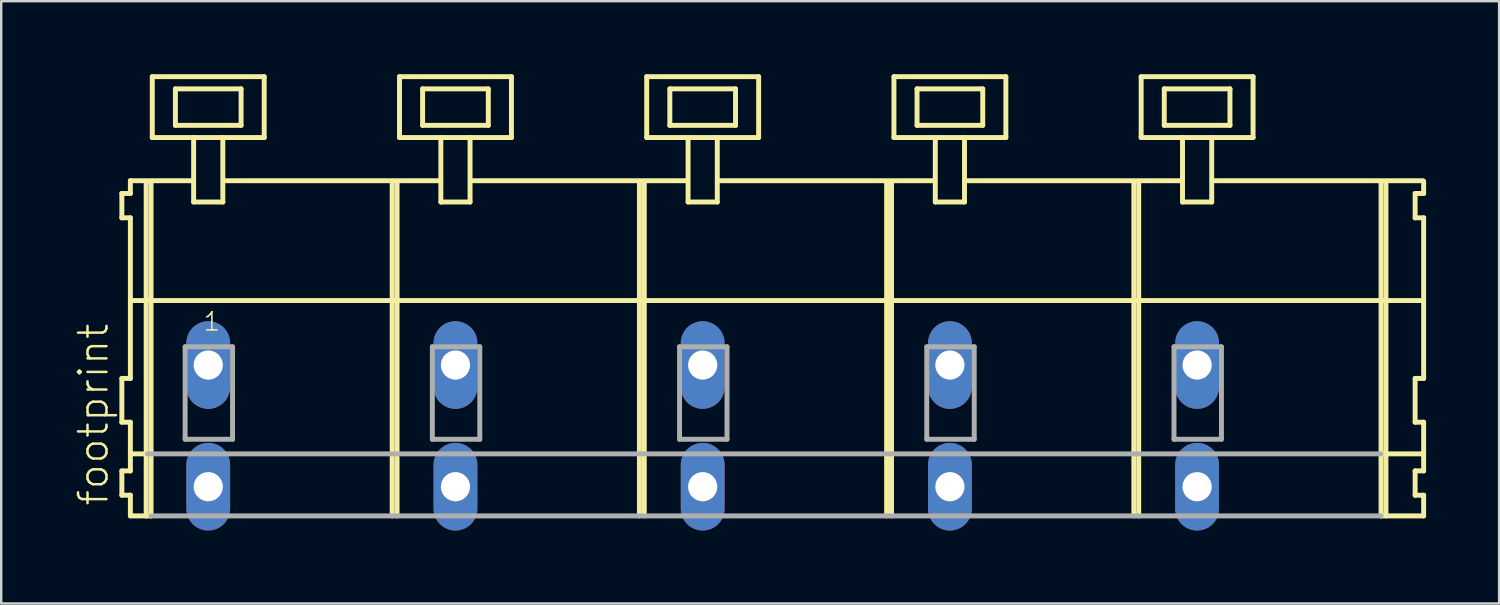
<source format=kicad_pcb>
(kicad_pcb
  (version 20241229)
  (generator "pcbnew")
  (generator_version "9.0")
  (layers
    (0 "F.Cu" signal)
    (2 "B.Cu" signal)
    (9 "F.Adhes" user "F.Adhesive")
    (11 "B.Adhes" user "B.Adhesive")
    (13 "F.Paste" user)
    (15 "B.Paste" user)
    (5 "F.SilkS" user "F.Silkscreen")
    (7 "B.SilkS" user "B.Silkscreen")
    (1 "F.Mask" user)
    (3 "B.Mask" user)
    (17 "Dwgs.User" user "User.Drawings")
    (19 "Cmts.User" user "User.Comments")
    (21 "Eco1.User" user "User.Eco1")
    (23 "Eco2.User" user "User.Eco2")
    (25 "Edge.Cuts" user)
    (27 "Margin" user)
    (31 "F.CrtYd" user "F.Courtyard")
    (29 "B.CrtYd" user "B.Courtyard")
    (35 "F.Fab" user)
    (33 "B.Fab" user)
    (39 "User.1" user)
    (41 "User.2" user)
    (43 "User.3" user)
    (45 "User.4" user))
  (footprint "footprint"
    (layer "F.Cu")
    (at 23.288 11.952)
    (property "Reference" "footprint" (at -21.815 5.855 90) (layer "F.SilkS") (effects (font (size 1.168 1.168) (thickness 0.102)) (justify left bottom)))
    (fp_line (start -21.33 -7.05) (end -21.33 -6.05) (stroke (width 0.203) (type solid)) (layer "F.SilkS"))
    (fp_line (start -21.33 -6.05) (end -20.98 -6.05) (stroke (width 0.203) (type solid)) (layer "F.SilkS"))
    (fp_line (start -21.33 0.55) (end -21.33 2.35) (stroke (width 0.203) (type solid)) (layer "F.SilkS"))
    (fp_line (start -21.33 2.35) (end -20.98 2.35) (stroke (width 0.203) (type solid)) (layer "F.SilkS"))
    (fp_line (start -21.33 4.35) (end -21.33 5.35) (stroke (width 0.203) (type solid)) (layer "F.SilkS"))
    (fp_line (start -21.33 5.35) (end -20.98 5.35) (stroke (width 0.203) (type solid)) (layer "F.SilkS"))
    (fp_line (start -20.98 -7.575) (end -20.98 -7.05) (stroke (width 0.203) (type solid)) (layer "F.SilkS"))
    (fp_line (start -20.98 -7.575) (end -18.405 -7.575) (stroke (width 0.203) (type solid)) (layer "F.SilkS"))
    (fp_line (start -20.98 -7.05) (end -21.33 -7.05) (stroke (width 0.203) (type solid)) (layer "F.SilkS"))
    (fp_line (start -20.98 -6.05) (end -20.98 0.55) (stroke (width 0.203) (type solid)) (layer "F.SilkS"))
    (fp_line (start -20.98 0.55) (end -21.33 0.55) (stroke (width 0.203) (type solid)) (layer "F.SilkS"))
    (fp_line (start -20.98 2.35) (end -20.98 4.35) (stroke (width 0.203) (type solid)) (layer "F.SilkS"))
    (fp_line (start -20.98 3.65) (end -20.28 3.65) (stroke (width 0.203) (type solid)) (layer "F.SilkS"))
    (fp_line (start -20.98 4.35) (end -21.33 4.35) (stroke (width 0.203) (type solid)) (layer "F.SilkS"))
    (fp_line (start -20.98 5.35) (end -20.98 6.2) (stroke (width 0.203) (type solid)) (layer "F.SilkS"))
    (fp_line (start -20.98 6.2) (end -20.33 6.2) (stroke (width 0.203) (type solid)) (layer "F.SilkS"))
    (fp_line (start -20.93 -2.65) (end 32.12 -2.65) (stroke (width 0.203) (type solid)) (layer "F.SilkS"))
    (fp_line (start -20.33 -7.55) (end -20.33 6.2) (stroke (width 0.203) (type solid)) (layer "F.SilkS"))
    (fp_line (start -20.33 6.2) (end -20.13 6.2) (stroke (width 0.203) (type solid)) (layer "F.SilkS"))
    (fp_line (start -20.13 -7.55) (end -20.13 6.2) (stroke (width 0.203) (type solid)) (layer "F.SilkS"))
    (fp_line (start -20.08 -11.85) (end -20.08 -9.35) (stroke (width 0.203) (type solid)) (layer "F.SilkS"))
    (fp_line (start -20.08 -9.35) (end -18.38 -9.35) (stroke (width 0.203) (type solid)) (layer "F.SilkS"))
    (fp_line (start -19.13 -11.35) (end -19.13 -9.85) (stroke (width 0.203) (type solid)) (layer "F.SilkS"))
    (fp_line (start -19.13 -9.85) (end -16.43 -9.85) (stroke (width 0.203) (type solid)) (layer "F.SilkS"))
    (fp_line (start -18.38 -9.35) (end -18.38 -6.7) (stroke (width 0.203) (type solid)) (layer "F.SilkS"))
    (fp_line (start -18.38 -9.35) (end -17.18 -9.35) (stroke (width 0.203) (type solid)) (layer "F.SilkS"))
    (fp_line (start -18.38 -6.7) (end -17.18 -6.7) (stroke (width 0.203) (type solid)) (layer "F.SilkS"))
    (fp_line (start -17.18 -9.35) (end -15.48 -9.35) (stroke (width 0.203) (type solid)) (layer "F.SilkS"))
    (fp_line (start -17.18 -6.7) (end -17.18 -9.35) (stroke (width 0.203) (type solid)) (layer "F.SilkS"))
    (fp_line (start -17.155 -7.575) (end -8.241 -7.575) (stroke (width 0.203) (type solid)) (layer "F.SilkS"))
    (fp_line (start -16.43 -11.35) (end -19.13 -11.35) (stroke (width 0.203) (type solid)) (layer "F.SilkS"))
    (fp_line (start -16.43 -9.85) (end -16.43 -11.35) (stroke (width 0.203) (type solid)) (layer "F.SilkS"))
    (fp_line (start -15.48 -11.85) (end -20.08 -11.85) (stroke (width 0.203) (type solid)) (layer "F.SilkS"))
    (fp_line (start -15.48 -9.35) (end -15.48 -11.85) (stroke (width 0.203) (type solid)) (layer "F.SilkS"))
    (fp_line (start -10.22 -7.55) (end -10.22 6.2) (stroke (width 0.203) (type solid)) (layer "F.SilkS"))
    (fp_line (start -10.02 -7.55) (end -10.02 6.2) (stroke (width 0.203) (type solid)) (layer "F.SilkS"))
    (fp_line (start -9.92 -11.85) (end -9.92 -9.35) (stroke (width 0.203) (type solid)) (layer "F.SilkS"))
    (fp_line (start -9.92 -9.35) (end -8.22 -9.35) (stroke (width 0.203) (type solid)) (layer "F.SilkS"))
    (fp_line (start -8.97 -11.35) (end -8.97 -9.85) (stroke (width 0.203) (type solid)) (layer "F.SilkS"))
    (fp_line (start -8.97 -9.85) (end -6.27 -9.85) (stroke (width 0.203) (type solid)) (layer "F.SilkS"))
    (fp_line (start -8.22 -9.35) (end -8.22 -6.7) (stroke (width 0.203) (type solid)) (layer "F.SilkS"))
    (fp_line (start -8.22 -9.35) (end -7.02 -9.35) (stroke (width 0.203) (type solid)) (layer "F.SilkS"))
    (fp_line (start -8.22 -6.7) (end -7.02 -6.7) (stroke (width 0.203) (type solid)) (layer "F.SilkS"))
    (fp_line (start -7.02 -9.35) (end -5.32 -9.35) (stroke (width 0.203) (type solid)) (layer "F.SilkS"))
    (fp_line (start -7.02 -6.7) (end -7.02 -9.35) (stroke (width 0.203) (type solid)) (layer "F.SilkS"))
    (fp_line (start -6.995 -7.575) (end 1.919 -7.575) (stroke (width 0.203) (type solid)) (layer "F.SilkS"))
    (fp_line (start -6.27 -11.35) (end -8.97 -11.35) (stroke (width 0.203) (type solid)) (layer "F.SilkS"))
    (fp_line (start -6.27 -9.85) (end -6.27 -11.35) (stroke (width 0.203) (type solid)) (layer "F.SilkS"))
    (fp_line (start -5.32 -11.85) (end -9.92 -11.85) (stroke (width 0.203) (type solid)) (layer "F.SilkS"))
    (fp_line (start -5.32 -9.35) (end -5.32 -11.85) (stroke (width 0.203) (type solid)) (layer "F.SilkS"))
    (fp_line (start -0.06 -7.55) (end -0.06 6.2) (stroke (width 0.203) (type solid)) (layer "F.SilkS"))
    (fp_line (start 0.14 -7.55) (end 0.14 6.2) (stroke (width 0.203) (type solid)) (layer "F.SilkS"))
    (fp_line (start 0.24 -11.85) (end 0.24 -9.35) (stroke (width 0.203) (type solid)) (layer "F.SilkS"))
    (fp_line (start 0.24 -9.35) (end 1.94 -9.35) (stroke (width 0.203) (type solid)) (layer "F.SilkS"))
    (fp_line (start 1.19 -11.35) (end 1.19 -9.85) (stroke (width 0.203) (type solid)) (layer "F.SilkS"))
    (fp_line (start 1.19 -9.85) (end 3.89 -9.85) (stroke (width 0.203) (type solid)) (layer "F.SilkS"))
    (fp_line (start 1.94 -9.35) (end 1.94 -6.7) (stroke (width 0.203) (type solid)) (layer "F.SilkS"))
    (fp_line (start 1.94 -9.35) (end 3.14 -9.35) (stroke (width 0.203) (type solid)) (layer "F.SilkS"))
    (fp_line (start 1.94 -6.7) (end 3.14 -6.7) (stroke (width 0.203) (type solid)) (layer "F.SilkS"))
    (fp_line (start 3.14 -9.35) (end 4.84 -9.35) (stroke (width 0.203) (type solid)) (layer "F.SilkS"))
    (fp_line (start 3.14 -6.7) (end 3.14 -9.35) (stroke (width 0.203) (type solid)) (layer "F.SilkS"))
    (fp_line (start 3.165 -7.575) (end 12.079 -7.575) (stroke (width 0.203) (type solid)) (layer "F.SilkS"))
    (fp_line (start 3.89 -11.35) (end 1.19 -11.35) (stroke (width 0.203) (type solid)) (layer "F.SilkS"))
    (fp_line (start 3.89 -9.85) (end 3.89 -11.35) (stroke (width 0.203) (type solid)) (layer "F.SilkS"))
    (fp_line (start 4.84 -11.85) (end 0.24 -11.85) (stroke (width 0.203) (type solid)) (layer "F.SilkS"))
    (fp_line (start 4.84 -9.35) (end 4.84 -11.85) (stroke (width 0.203) (type solid)) (layer "F.SilkS"))
    (fp_line (start 10.1 -7.55) (end 10.1 6.2) (stroke (width 0.203) (type solid)) (layer "F.SilkS"))
    (fp_line (start 10.3 -7.55) (end 10.3 6.2) (stroke (width 0.203) (type solid)) (layer "F.SilkS"))
    (fp_line (start 10.4 -11.85) (end 10.4 -9.35) (stroke (width 0.203) (type solid)) (layer "F.SilkS"))
    (fp_line (start 10.4 -9.35) (end 12.1 -9.35) (stroke (width 0.203) (type solid)) (layer "F.SilkS"))
    (fp_line (start 11.35 -11.35) (end 11.35 -9.85) (stroke (width 0.203) (type solid)) (layer "F.SilkS"))
    (fp_line (start 11.35 -9.85) (end 14.05 -9.85) (stroke (width 0.203) (type solid)) (layer "F.SilkS"))
    (fp_line (start 12.1 -9.35) (end 12.1 -6.7) (stroke (width 0.203) (type solid)) (layer "F.SilkS"))
    (fp_line (start 12.1 -9.35) (end 13.3 -9.35) (stroke (width 0.203) (type solid)) (layer "F.SilkS"))
    (fp_line (start 12.1 -6.7) (end 13.3 -6.7) (stroke (width 0.203) (type solid)) (layer "F.SilkS"))
    (fp_line (start 13.3 -9.35) (end 15 -9.35) (stroke (width 0.203) (type solid)) (layer "F.SilkS"))
    (fp_line (start 13.3 -6.7) (end 13.3 -9.35) (stroke (width 0.203) (type solid)) (layer "F.SilkS"))
    (fp_line (start 13.325 -7.575) (end 22.239 -7.575) (stroke (width 0.203) (type solid)) (layer "F.SilkS"))
    (fp_line (start 14.05 -11.35) (end 11.35 -11.35) (stroke (width 0.203) (type solid)) (layer "F.SilkS"))
    (fp_line (start 14.05 -9.85) (end 14.05 -11.35) (stroke (width 0.203) (type solid)) (layer "F.SilkS"))
    (fp_line (start 15 -11.85) (end 10.4 -11.85) (stroke (width 0.203) (type solid)) (layer "F.SilkS"))
    (fp_line (start 15 -9.35) (end 15 -11.85) (stroke (width 0.203) (type solid)) (layer "F.SilkS"))
    (fp_line (start 20.26 -7.55) (end 20.26 6.2) (stroke (width 0.203) (type solid)) (layer "F.SilkS"))
    (fp_line (start 20.46 -7.55) (end 20.46 6.2) (stroke (width 0.203) (type solid)) (layer "F.SilkS"))
    (fp_line (start 20.56 -11.85) (end 20.56 -9.35) (stroke (width 0.203) (type solid)) (layer "F.SilkS"))
    (fp_line (start 20.56 -9.35) (end 22.26 -9.35) (stroke (width 0.203) (type solid)) (layer "F.SilkS"))
    (fp_line (start 21.51 -11.35) (end 21.51 -9.85) (stroke (width 0.203) (type solid)) (layer "F.SilkS"))
    (fp_line (start 21.51 -9.85) (end 24.21 -9.85) (stroke (width 0.203) (type solid)) (layer "F.SilkS"))
    (fp_line (start 22.26 -9.35) (end 22.26 -6.7) (stroke (width 0.203) (type solid)) (layer "F.SilkS"))
    (fp_line (start 22.26 -9.35) (end 23.46 -9.35) (stroke (width 0.203) (type solid)) (layer "F.SilkS"))
    (fp_line (start 22.26 -6.7) (end 23.46 -6.7) (stroke (width 0.203) (type solid)) (layer "F.SilkS"))
    (fp_line (start 23.46 -9.35) (end 25.16 -9.35) (stroke (width 0.203) (type solid)) (layer "F.SilkS"))
    (fp_line (start 23.46 -6.7) (end 23.46 -9.35) (stroke (width 0.203) (type solid)) (layer "F.SilkS"))
    (fp_line (start 23.485 -7.575) (end 32.145 -7.575) (stroke (width 0.203) (type solid)) (layer "F.SilkS"))
    (fp_line (start 24.21 -11.35) (end 21.51 -11.35) (stroke (width 0.203) (type solid)) (layer "F.SilkS"))
    (fp_line (start 24.21 -9.85) (end 24.21 -11.35) (stroke (width 0.203) (type solid)) (layer "F.SilkS"))
    (fp_line (start 25.16 -11.85) (end 20.56 -11.85) (stroke (width 0.203) (type solid)) (layer "F.SilkS"))
    (fp_line (start 25.16 -9.35) (end 25.16 -11.85) (stroke (width 0.203) (type solid)) (layer "F.SilkS"))
    (fp_line (start 30.42 -7.55) (end 30.42 6.2) (stroke (width 0.203) (type solid)) (layer "F.SilkS"))
    (fp_line (start 30.42 6.2) (end 32.17 6.2) (stroke (width 0.203) (type solid)) (layer "F.SilkS"))
    (fp_line (start 30.47 3.65) (end 32.17 3.65) (stroke (width 0.203) (type solid)) (layer "F.SilkS"))
    (fp_line (start 30.62 -7.55) (end 30.62 6.2) (stroke (width 0.203) (type solid)) (layer "F.SilkS"))
    (fp_line (start 31.82 -7.05) (end 31.82 -6.05) (stroke (width 0.203) (type solid)) (layer "F.SilkS"))
    (fp_line (start 31.82 -6.05) (end 32.17 -6.05) (stroke (width 0.203) (type solid)) (layer "F.SilkS"))
    (fp_line (start 31.82 0.55) (end 31.82 2.35) (stroke (width 0.203) (type solid)) (layer "F.SilkS"))
    (fp_line (start 31.82 2.35) (end 32.17 2.35) (stroke (width 0.203) (type solid)) (layer "F.SilkS"))
    (fp_line (start 31.82 4.35) (end 31.82 5.35) (stroke (width 0.203) (type solid)) (layer "F.SilkS"))
    (fp_line (start 31.82 5.35) (end 32.17 5.35) (stroke (width 0.203) (type solid)) (layer "F.SilkS"))
    (fp_line (start 32.17 -7.05) (end 31.82 -7.05) (stroke (width 0.203) (type solid)) (layer "F.SilkS"))
    (fp_line (start 32.17 -7.05) (end 32.17 -7.55) (stroke (width 0.203) (type solid)) (layer "F.SilkS"))
    (fp_line (start 32.17 0.55) (end 31.82 0.55) (stroke (width 0.203) (type solid)) (layer "F.SilkS"))
    (fp_line (start 32.17 0.55) (end 32.17 -6.05) (stroke (width 0.203) (type solid)) (layer "F.SilkS"))
    (fp_line (start 32.17 3.65) (end 32.17 2.35) (stroke (width 0.203) (type solid)) (layer "F.SilkS"))
    (fp_line (start 32.17 4.35) (end 31.82 4.35) (stroke (width 0.203) (type solid)) (layer "F.SilkS"))
    (fp_line (start 32.17 4.35) (end 32.17 3.65) (stroke (width 0.203) (type solid)) (layer "F.SilkS"))
    (fp_line (start 32.17 6.2) (end 32.17 5.35) (stroke (width 0.203) (type solid)) (layer "F.SilkS"))
    (fp_line (start -20.28 3.65) (end 30.42 3.65) (stroke (width 0.203) (type solid)) (layer "F.Fab"))
    (fp_line (start -20.13 6.2) (end 30.42 6.2) (stroke (width 0.203) (type solid)) (layer "F.Fab"))
    (fp_line (start -18.73 -0.75) (end -18.73 3.05) (stroke (width 0.203) (type solid)) (layer "F.Fab"))
    (fp_line (start -18.73 3.05) (end -16.78 3.05) (stroke (width 0.203) (type solid)) (layer "F.Fab"))
    (fp_line (start -16.78 -0.75) (end -18.73 -0.75) (stroke (width 0.203) (type solid)) (layer "F.Fab"))
    (fp_line (start -16.78 3.05) (end -16.78 -0.75) (stroke (width 0.203) (type solid)) (layer "F.Fab"))
    (fp_line (start -8.57 -0.75) (end -8.57 3.05) (stroke (width 0.203) (type solid)) (layer "F.Fab"))
    (fp_line (start -8.57 3.05) (end -6.62 3.05) (stroke (width 0.203) (type solid)) (layer "F.Fab"))
    (fp_line (start -6.62 -0.75) (end -8.57 -0.75) (stroke (width 0.203) (type solid)) (layer "F.Fab"))
    (fp_line (start -6.62 3.05) (end -6.62 -0.75) (stroke (width 0.203) (type solid)) (layer "F.Fab"))
    (fp_line (start 1.59 -0.75) (end 1.59 3.05) (stroke (width 0.203) (type solid)) (layer "F.Fab"))
    (fp_line (start 1.59 3.05) (end 3.54 3.05) (stroke (width 0.203) (type solid)) (layer "F.Fab"))
    (fp_line (start 3.54 -0.75) (end 1.59 -0.75) (stroke (width 0.203) (type solid)) (layer "F.Fab"))
    (fp_line (start 3.54 3.05) (end 3.54 -0.75) (stroke (width 0.203) (type solid)) (layer "F.Fab"))
    (fp_line (start 11.75 -0.75) (end 11.75 3.05) (stroke (width 0.203) (type solid)) (layer "F.Fab"))
    (fp_line (start 11.75 3.05) (end 13.7 3.05) (stroke (width 0.203) (type solid)) (layer "F.Fab"))
    (fp_line (start 13.7 -0.75) (end 11.75 -0.75) (stroke (width 0.203) (type solid)) (layer "F.Fab"))
    (fp_line (start 13.7 3.05) (end 13.7 -0.75) (stroke (width 0.203) (type solid)) (layer "F.Fab"))
    (fp_line (start 21.91 -0.75) (end 21.91 3.05) (stroke (width 0.203) (type solid)) (layer "F.Fab"))
    (fp_line (start 21.91 3.05) (end 23.86 3.05) (stroke (width 0.203) (type solid)) (layer "F.Fab"))
    (fp_line (start 23.86 -0.75) (end 21.91 -0.75) (stroke (width 0.203) (type solid)) (layer "F.Fab"))
    (fp_line (start 23.86 3.05) (end 23.86 -0.75) (stroke (width 0.203) (type solid)) (layer "F.Fab"))
    (fp_text user "1" (at -18.03 -1.35 0) (layer "F.SilkS") (effects (font (size 0.748 0.748) (thickness 0.065)) (justify left bottom)))
    (pad "A1" thru_hole oval (at -17.78 0 90) (size 3.6 1.8) (drill 1.2) (layers "*.Cu" "*.Mask"))
    (pad "A2" thru_hole oval (at -7.62 0 90) (size 3.6 1.8) (drill 1.2) (layers "*.Cu" "*.Mask"))
    (pad "A3" thru_hole oval (at 2.54 0 90) (size 3.6 1.8) (drill 1.2) (layers "*.Cu" "*.Mask"))
    (pad "A4" thru_hole oval (at 12.7 0 90) (size 3.6 1.8) (drill 1.2) (layers "*.Cu" "*.Mask"))
    (pad "A5" thru_hole oval (at 22.86 0 90) (size 3.6 1.8) (drill 1.2) (layers "*.Cu" "*.Mask"))
    (pad "B1" thru_hole oval (at -17.78 5 90) (size 3.6 1.8) (drill 1.2) (layers "*.Cu" "*.Mask"))
    (pad "B2" thru_hole oval (at -7.62 5 90) (size 3.6 1.8) (drill 1.2) (layers "*.Cu" "*.Mask"))
    (pad "B3" thru_hole oval (at 2.54 5 90) (size 3.6 1.8) (drill 1.2) (layers "*.Cu" "*.Mask"))
    (pad "B4" thru_hole oval (at 12.7 5 90) (size 3.6 1.8) (drill 1.2) (layers "*.Cu" "*.Mask"))
    (pad "B5" thru_hole oval (at 22.86 5 90) (size 3.6 1.8) (drill 1.2) (layers "*.Cu" "*.Mask")))
  (gr_rect
    (start -3 -3)
    (end 58.56 21.752)
    (stroke (width 0.1) (type default))
    (fill no)
    (layer "Edge.Cuts")))
</source>
